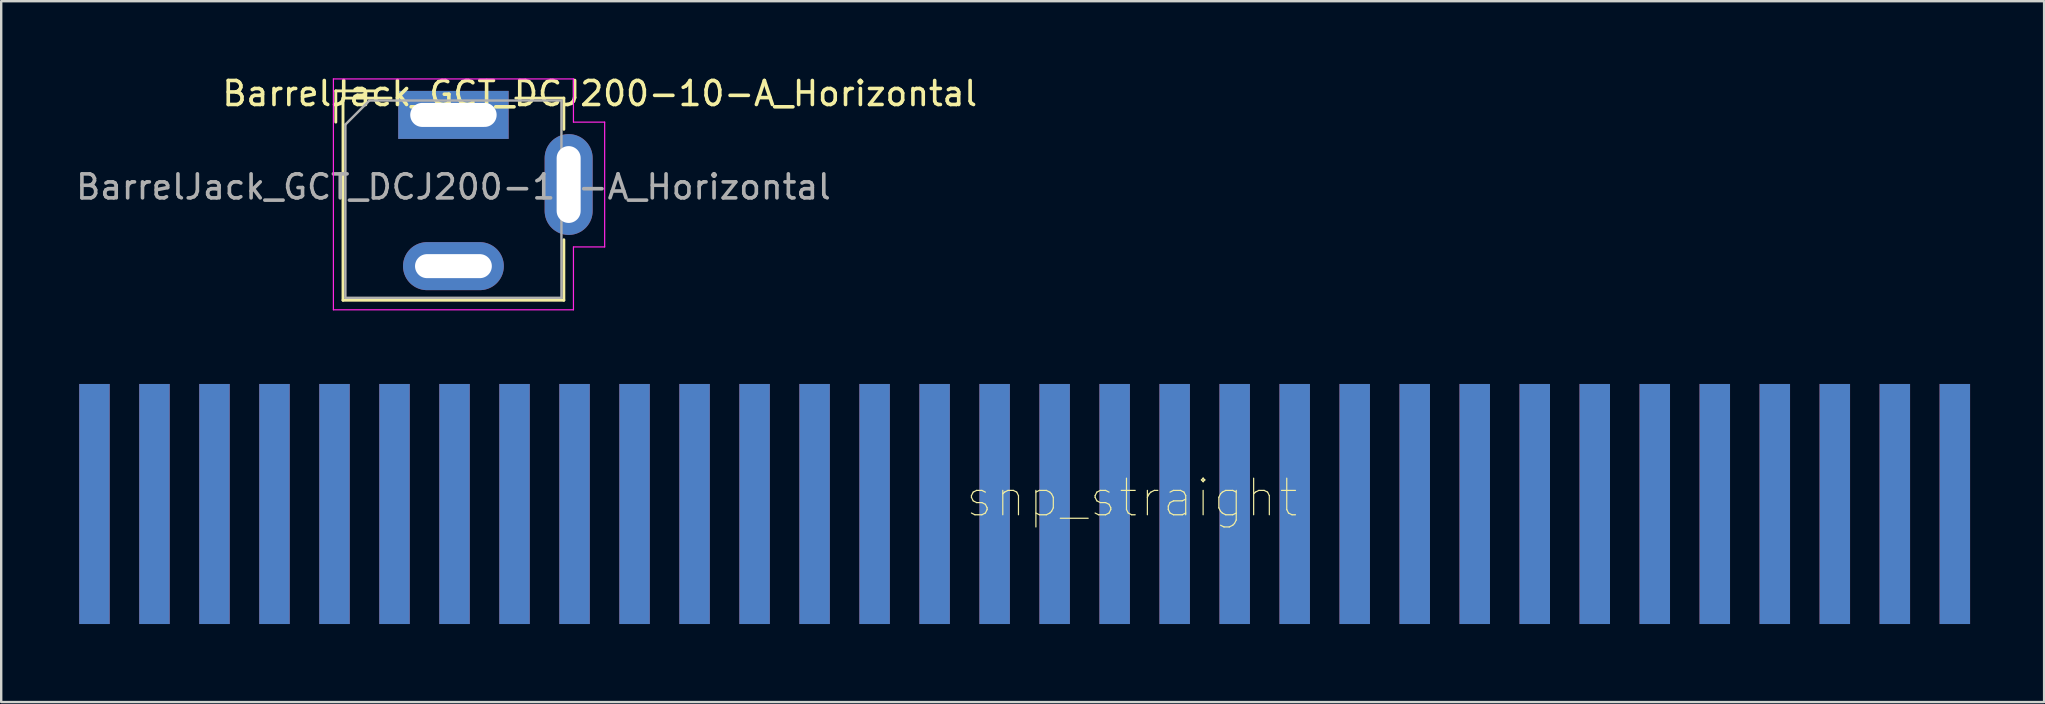
<source format=kicad_pcb>
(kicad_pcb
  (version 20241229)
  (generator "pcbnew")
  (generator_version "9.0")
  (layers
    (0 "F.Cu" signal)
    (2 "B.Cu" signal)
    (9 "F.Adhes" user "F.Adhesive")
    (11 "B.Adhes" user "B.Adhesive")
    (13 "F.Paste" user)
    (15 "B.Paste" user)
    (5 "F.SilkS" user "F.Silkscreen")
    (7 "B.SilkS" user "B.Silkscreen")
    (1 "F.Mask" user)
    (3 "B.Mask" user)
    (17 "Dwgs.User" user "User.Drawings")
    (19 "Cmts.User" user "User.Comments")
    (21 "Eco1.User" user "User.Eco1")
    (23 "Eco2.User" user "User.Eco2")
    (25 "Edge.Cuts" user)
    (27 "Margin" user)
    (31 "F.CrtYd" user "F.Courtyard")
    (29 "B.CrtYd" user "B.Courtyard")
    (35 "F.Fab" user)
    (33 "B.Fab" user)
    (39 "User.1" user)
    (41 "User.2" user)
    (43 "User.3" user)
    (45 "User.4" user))
  (footprint "BarrelJack_GCT_DCJ200-10-A_Horizontal"
    (layer "F.Cu")
    (at 15.839 1.737)
    (property "Reference" "BarrelJack_GCT_DCJ200-10-A_Horizontal" (at 6.096 -0.889 180) (layer "F.SilkS") (effects (font (size 1 1) (thickness 0.15))))
    (attr through_hole)
    (fp_line (start -4.9 -1) (end -4.9 0.3) (stroke (width 0.12) (type solid)) (layer "F.SilkS"))
    (fp_line (start -4.6 -0.7) (end -2.6 -0.7) (stroke (width 0.12) (type solid)) (layer "F.SilkS"))
    (fp_line (start -4.6 7.72) (end -4.6 -0.7) (stroke (width 0.12) (type solid)) (layer "F.SilkS"))
    (fp_line (start -3.2 -1) (end -4.9 -1) (stroke (width 0.12) (type solid)) (layer "F.SilkS"))
    (fp_line (start 2.6 -0.7) (end 4.6 -0.7) (stroke (width 0.12) (type solid)) (layer "F.SilkS"))
    (fp_line (start 4.6 -0.7) (end 4.6 0.6) (stroke (width 0.12) (type solid)) (layer "F.SilkS"))
    (fp_line (start 4.6 5.2) (end 4.6 7.72) (stroke (width 0.12) (type solid)) (layer "F.SilkS"))
    (fp_line (start 4.6 7.72) (end -4.6 7.72) (stroke (width 0.12) (type solid)) (layer "F.SilkS"))
    (fp_line (start -5 -1.5) (end -5 8.12) (stroke (width 0.05) (type solid)) (layer "F.CrtYd"))
    (fp_line (start -5 8.12) (end 5 8.12) (stroke (width 0.05) (type solid)) (layer "F.CrtYd"))
    (fp_line (start 5 -1.5) (end -5 -1.5) (stroke (width 0.05) (type solid)) (layer "F.CrtYd"))
    (fp_line (start 5 0.3) (end 5 -1.5) (stroke (width 0.05) (type solid)) (layer "F.CrtYd"))
    (fp_line (start 5 8.12) (end 5 5.5) (stroke (width 0.05) (type solid)) (layer "F.CrtYd"))
    (fp_line (start 6.3 0.3) (end 5 0.3) (stroke (width 0.05) (type solid)) (layer "F.CrtYd"))
    (fp_line (start 6.3 0.3) (end 6.3 5.5) (stroke (width 0.05) (type solid)) (layer "F.CrtYd"))
    (fp_line (start 6.3 5.5) (end 5 5.5) (stroke (width 0.05) (type solid)) (layer "F.CrtYd"))
    (fp_line (start -4.5 0.4) (end -3.5 -0.6) (stroke (width 0.1) (type solid)) (layer "F.Fab"))
    (fp_line (start -4.5 7.62) (end -4.5 0.4) (stroke (width 0.1) (type solid)) (layer "F.Fab"))
    (fp_line (start 4.5 -0.6) (end -3.5 -0.6) (stroke (width 0.1) (type solid)) (layer "F.Fab"))
    (fp_line (start 4.5 -0.6) (end 4.5 7.62) (stroke (width 0.1) (type solid)) (layer "F.Fab"))
    (fp_line (start 4.5 7.62) (end -4.5 7.62) (stroke (width 0.1) (type solid)) (layer "F.Fab"))
    (fp_text user "${REFERENCE}" (at 0 3 180) (layer "F.Fab") (effects (font (size 1 1) (thickness 0.15))))
    (pad "1" thru_hole rect (at 0 0) (size 4.6 2) (drill oval 3.6 1) (layers "*.Cu" "*.Mask"))
    (pad "2" thru_hole oval (at 0 6.3) (size 4.2 2) (drill oval 3.2 1) (layers "*.Cu" "*.Mask"))
    (pad "MP" thru_hole oval (at 4.8 2.9) (size 2 4.2) (drill oval 1 3.2) (layers "*.Cu" "*.Mask")))
  (footprint "snp_straight"
    (layer "F.Cu")
    (at 0.25 22.946)
    (property "Reference" "snp_straight" (at 43.845 -5.254 0) (layer "F.SilkS") (effects (font (size 1.524 1.524) (thickness 0.05))))
    (attr smd)
    (fp_rect (start -0.005 -10.004) (end 1.295 -0.004) (stroke (width 0.12) (type solid)) (fill yes) (layer "F.Mask"))
    (fp_rect (start 2.495 -10.004) (end 3.795 -0.004) (stroke (width 0.12) (type solid)) (fill yes) (layer "F.Mask"))
    (fp_rect (start 4.995 -10.004) (end 6.295 -0.004) (stroke (width 0.12) (type solid)) (fill yes) (layer "F.Mask"))
    (fp_rect (start 7.495 -10.004) (end 8.795 -0.004) (stroke (width 0.12) (type solid)) (fill yes) (layer "F.Mask"))
    (fp_rect (start 9.995 -10.004) (end 11.295 -0.004) (stroke (width 0.12) (type solid)) (fill yes) (layer "F.Mask"))
    (fp_rect (start 12.495 -10.004) (end 13.795 -0.004) (stroke (width 0.12) (type solid)) (fill yes) (layer "F.Mask"))
    (fp_rect (start 14.995 -10.004) (end 16.295 -0.004) (stroke (width 0.12) (type solid)) (fill yes) (layer "F.Mask"))
    (fp_rect (start 17.495 -10.004) (end 18.795 -0.004) (stroke (width 0.12) (type solid)) (fill yes) (layer "F.Mask"))
    (fp_rect (start 19.995 -10.004) (end 21.295 -0.004) (stroke (width 0.12) (type solid)) (fill yes) (layer "F.Mask"))
    (fp_rect (start 22.495 -10.004) (end 23.795 -0.004) (stroke (width 0.12) (type solid)) (fill yes) (layer "F.Mask"))
    (fp_rect (start 24.995 -10.004) (end 26.295 -0.004) (stroke (width 0.12) (type solid)) (fill yes) (layer "F.Mask"))
    (fp_rect (start 27.495 -10.004) (end 28.795 -0.004) (stroke (width 0.12) (type solid)) (fill yes) (layer "F.Mask"))
    (fp_rect (start 29.995 -10.004) (end 31.295 -0.004) (stroke (width 0.12) (type solid)) (fill yes) (layer "F.Mask"))
    (fp_rect (start 32.495 -10.004) (end 33.795 -0.004) (stroke (width 0.12) (type solid)) (fill yes) (layer "F.Mask"))
    (fp_rect (start 34.995 -10.004) (end 36.295 -0.004) (stroke (width 0.12) (type solid)) (fill yes) (layer "F.Mask"))
    (fp_rect (start 37.495 -10.004) (end 38.795 -0.004) (stroke (width 0.12) (type solid)) (fill yes) (layer "F.Mask"))
    (fp_rect (start 39.995 -10.004) (end 41.295 -0.004) (stroke (width 0.12) (type solid)) (fill yes) (layer "F.Mask"))
    (fp_rect (start 42.495 -10.004) (end 43.795 -0.004) (stroke (width 0.12) (type solid)) (fill yes) (layer "F.Mask"))
    (fp_rect (start 44.995 -10.004) (end 46.295 -0.004) (stroke (width 0.12) (type solid)) (fill yes) (layer "F.Mask"))
    (fp_rect (start 47.495 -10.004) (end 48.795 -0.004) (stroke (width 0.12) (type solid)) (fill yes) (layer "F.Mask"))
    (fp_rect (start 49.995 -10.004) (end 51.295 -0.004) (stroke (width 0.12) (type solid)) (fill yes) (layer "F.Mask"))
    (fp_rect (start 52.495 -10.004) (end 53.795 -0.004) (stroke (width 0.12) (type solid)) (fill yes) (layer "F.Mask"))
    (fp_rect (start 54.995 -10.004) (end 56.295 -0.004) (stroke (width 0.12) (type solid)) (fill yes) (layer "F.Mask"))
    (fp_rect (start 57.495 -10.004) (end 58.795 -0.004) (stroke (width 0.12) (type solid)) (fill yes) (layer "F.Mask"))
    (fp_rect (start 59.995 -10.004) (end 61.295 -0.004) (stroke (width 0.12) (type solid)) (fill yes) (layer "F.Mask"))
    (fp_rect (start 62.495 -10.004) (end 63.795 -0.004) (stroke (width 0.12) (type solid)) (fill yes) (layer "F.Mask"))
    (fp_rect (start 64.995 -10.004) (end 66.295 -0.004) (stroke (width 0.12) (type solid)) (fill yes) (layer "F.Mask"))
    (fp_rect (start 67.495 -10.004) (end 68.795 -0.004) (stroke (width 0.12) (type solid)) (fill yes) (layer "F.Mask"))
    (fp_rect (start 69.995 -10.004) (end 71.295 -0.004) (stroke (width 0.12) (type solid)) (fill yes) (layer "F.Mask"))
    (fp_rect (start 72.495 -10.004) (end 73.795 -0.004) (stroke (width 0.12) (type solid)) (fill yes) (layer "F.Mask"))
    (fp_rect (start 74.995 -10.004) (end 76.295 -0.004) (stroke (width 0.12) (type solid)) (fill yes) (layer "F.Mask"))
    (fp_rect (start 77.495 -10.004) (end 78.795 -0.004) (stroke (width 0.12) (type solid)) (fill yes) (layer "F.Mask"))
    (fp_rect (start -0.005 -10.004) (end 1.295 -0.004) (stroke (width 0.12) (type solid)) (fill yes) (layer "B.Mask"))
    (fp_rect (start 2.495 -10.004) (end 3.795 -0.004) (stroke (width 0.12) (type solid)) (fill yes) (layer "B.Mask"))
    (fp_rect (start 4.995 -10.004) (end 6.295 -0.004) (stroke (width 0.12) (type solid)) (fill yes) (layer "B.Mask"))
    (fp_rect (start 7.495 -10.004) (end 8.795 -0.004) (stroke (width 0.12) (type solid)) (fill yes) (layer "B.Mask"))
    (fp_rect (start 9.995 -10.004) (end 11.295 -0.004) (stroke (width 0.12) (type solid)) (fill yes) (layer "B.Mask"))
    (fp_rect (start 12.495 -10.004) (end 13.795 -0.004) (stroke (width 0.12) (type solid)) (fill yes) (layer "B.Mask"))
    (fp_rect (start 14.995 -10.004) (end 16.295 -0.004) (stroke (width 0.12) (type solid)) (fill yes) (layer "B.Mask"))
    (fp_rect (start 17.495 -10.004) (end 18.795 -0.004) (stroke (width 0.12) (type solid)) (fill yes) (layer "B.Mask"))
    (fp_rect (start 19.995 -10.004) (end 21.295 -0.004) (stroke (width 0.12) (type solid)) (fill yes) (layer "B.Mask"))
    (fp_rect (start 22.495 -10.004) (end 23.795 -0.004) (stroke (width 0.12) (type solid)) (fill yes) (layer "B.Mask"))
    (fp_rect (start 24.995 -10.004) (end 26.295 -0.004) (stroke (width 0.12) (type solid)) (fill yes) (layer "B.Mask"))
    (fp_rect (start 27.495 -10.004) (end 28.795 -0.004) (stroke (width 0.12) (type solid)) (fill yes) (layer "B.Mask"))
    (fp_rect (start 29.995 -10.004) (end 31.295 -0.004) (stroke (width 0.12) (type solid)) (fill yes) (layer "B.Mask"))
    (fp_rect (start 32.495 -10.004) (end 33.795 -0.004) (stroke (width 0.12) (type solid)) (fill yes) (layer "B.Mask"))
    (fp_rect (start 34.995 -10.004) (end 36.295 -0.004) (stroke (width 0.12) (type solid)) (fill yes) (layer "B.Mask"))
    (fp_rect (start 37.495 -10.004) (end 38.795 -0.004) (stroke (width 0.12) (type solid)) (fill yes) (layer "B.Mask"))
    (fp_rect (start 39.995 -10.004) (end 41.295 -0.004) (stroke (width 0.12) (type solid)) (fill yes) (layer "B.Mask"))
    (fp_rect (start 42.495 -10.004) (end 43.795 -0.004) (stroke (width 0.12) (type solid)) (fill yes) (layer "B.Mask"))
    (fp_rect (start 44.995 -10.004) (end 46.295 -0.004) (stroke (width 0.12) (type solid)) (fill yes) (layer "B.Mask"))
    (fp_rect (start 47.495 -10.004) (end 48.795 -0.004) (stroke (width 0.12) (type solid)) (fill yes) (layer "B.Mask"))
    (fp_rect (start 49.995 -10.004) (end 51.295 -0.004) (stroke (width 0.12) (type solid)) (fill yes) (layer "B.Mask"))
    (fp_rect (start 52.495 -10.004) (end 53.795 -0.004) (stroke (width 0.12) (type solid)) (fill yes) (layer "B.Mask"))
    (fp_rect (start 54.995 -10.004) (end 56.295 -0.004) (stroke (width 0.12) (type solid)) (fill yes) (layer "B.Mask"))
    (fp_rect (start 57.495 -10.004) (end 58.795 -0.004) (stroke (width 0.12) (type solid)) (fill yes) (layer "B.Mask"))
    (fp_rect (start 59.995 -10.004) (end 61.295 -0.004) (stroke (width 0.12) (type solid)) (fill yes) (layer "B.Mask"))
    (fp_rect (start 62.495 -10.004) (end 63.795 -0.004) (stroke (width 0.12) (type solid)) (fill yes) (layer "B.Mask"))
    (fp_rect (start 64.995 -10.004) (end 66.295 -0.004) (stroke (width 0.12) (type solid)) (fill yes) (layer "B.Mask"))
    (fp_rect (start 67.495 -10.004) (end 68.795 -0.004) (stroke (width 0.12) (type solid)) (fill yes) (layer "B.Mask"))
    (fp_rect (start 69.995 -10.004) (end 71.295 -0.004) (stroke (width 0.12) (type solid)) (fill yes) (layer "B.Mask"))
    (fp_rect (start 72.495 -10.004) (end 73.795 -0.004) (stroke (width 0.12) (type solid)) (fill yes) (layer "B.Mask"))
    (fp_rect (start 74.995 -10.004) (end 76.295 -0.004) (stroke (width 0.12) (type solid)) (fill yes) (layer "B.Mask"))
    (fp_rect (start 77.495 -10.004) (end 78.795 -0.004) (stroke (width 0.12) (type solid)) (fill yes) (layer "B.Mask"))
    (pad "1" smd rect (at 78.135 -5 180) (size 1.27 10) (layers "F.Cu"))
    (pad "2" smd rect (at 75.635 -5 180) (size 1.27 10) (layers "F.Cu"))
    (pad "3" smd rect (at 73.135 -5 180) (size 1.27 10) (layers "F.Cu"))
    (pad "4" smd rect (at 70.635 -5 180) (size 1.27 10) (layers "F.Cu"))
    (pad "5" smd rect (at 68.135 -5 180) (size 1.27 10) (layers "F.Cu"))
    (pad "6" smd rect (at 65.635 -5 180) (size 1.27 10) (layers "F.Cu"))
    (pad "7" smd rect (at 63.135 -5 180) (size 1.27 10) (layers "F.Cu"))
    (pad "8" smd rect (at 60.635 -5 180) (size 1.27 10) (layers "F.Cu"))
    (pad "9" smd rect (at 58.135 -5 180) (size 1.27 10) (layers "F.Cu"))
    (pad "10" smd rect (at 55.635 -5 180) (size 1.27 10) (layers "F.Cu"))
    (pad "11" smd rect (at 53.135 -5 180) (size 1.27 10) (layers "F.Cu"))
    (pad "12" smd rect (at 50.635 -5 180) (size 1.27 10) (layers "F.Cu"))
    (pad "13" smd rect (at 48.135 -5 180) (size 1.27 10) (layers "F.Cu"))
    (pad "14" smd rect (at 45.635 -5 180) (size 1.27 10) (layers "F.Cu"))
    (pad "15" smd rect (at 43.135 -5 180) (size 1.27 10) (layers "F.Cu"))
    (pad "16" smd rect (at 40.635 -5 180) (size 1.27 10) (layers "F.Cu"))
    (pad "17" smd rect (at 38.135 -5 180) (size 1.27 10) (layers "F.Cu"))
    (pad "18" smd rect (at 35.635 -5 180) (size 1.27 10) (layers "F.Cu"))
    (pad "19" smd rect (at 33.135 -5 180) (size 1.27 10) (layers "F.Cu"))
    (pad "20" smd rect (at 30.635 -5 180) (size 1.27 10) (layers "F.Cu"))
    (pad "21" smd rect (at 28.135 -5 180) (size 1.27 10) (layers "F.Cu"))
    (pad "22" smd rect (at 25.635 -5 180) (size 1.27 10) (layers "F.Cu"))
    (pad "23" smd rect (at 23.135 -5 180) (size 1.27 10) (layers "F.Cu"))
    (pad "24" smd rect (at 20.635 -5 180) (size 1.27 10) (layers "F.Cu"))
    (pad "25" smd rect (at 18.135 -5 180) (size 1.27 10) (layers "F.Cu"))
    (pad "26" smd rect (at 15.635 -5 180) (size 1.27 10) (layers "F.Cu"))
    (pad "27" smd rect (at 13.135 -5 180) (size 1.27 10) (layers "F.Cu"))
    (pad "28" smd rect (at 10.635 -5 180) (size 1.27 10) (layers "F.Cu"))
    (pad "29" smd rect (at 8.135 -5 180) (size 1.27 10) (layers "F.Cu"))
    (pad "30" smd rect (at 5.635 -5 180) (size 1.27 10) (layers "F.Cu"))
    (pad "31" smd rect (at 3.135 -5 180) (size 1.27 10) (layers "F.Cu"))
    (pad "32" smd rect (at 0.635 -5 180) (size 1.27 10) (layers "F.Cu"))
    (pad "33" smd rect (at 78.135 -5 180) (size 1.27 10) (layers "B.Cu"))
    (pad "34" smd rect (at 75.635 -5 180) (size 1.27 10) (layers "B.Cu"))
    (pad "35" smd rect (at 73.135 -5 180) (size 1.27 10) (layers "B.Cu"))
    (pad "36" smd rect (at 70.635 -5 180) (size 1.27 10) (layers "B.Cu"))
    (pad "37" smd rect (at 68.135 -5 180) (size 1.27 10) (layers "B.Cu"))
    (pad "38" smd rect (at 65.635 -5 180) (size 1.27 10) (layers "B.Cu"))
    (pad "39" smd rect (at 63.135 -5 180) (size 1.27 10) (layers "B.Cu"))
    (pad "40" smd rect (at 60.635 -5 180) (size 1.27 10) (layers "B.Cu"))
    (pad "41" smd rect (at 58.135 -5 180) (size 1.27 10) (layers "B.Cu"))
    (pad "42" smd rect (at 55.635 -5 180) (size 1.27 10) (layers "B.Cu"))
    (pad "43" smd rect (at 53.135 -5 180) (size 1.27 10) (layers "B.Cu"))
    (pad "44" smd rect (at 50.635 -5 180) (size 1.27 10) (layers "B.Cu"))
    (pad "45" smd rect (at 48.135 -5 180) (size 1.27 10) (layers "B.Cu"))
    (pad "46" smd rect (at 45.635 -5 180) (size 1.27 10) (layers "B.Cu"))
    (pad "47" smd rect (at 43.135 -5 180) (size 1.27 10) (layers "B.Cu"))
    (pad "48" smd rect (at 40.635 -5 180) (size 1.27 10) (layers "B.Cu"))
    (pad "49" smd rect (at 38.135 -5 180) (size 1.27 10) (layers "B.Cu"))
    (pad "50" smd rect (at 35.635 -5 180) (size 1.27 10) (layers "B.Cu"))
    (pad "51" smd rect (at 33.135 -5 180) (size 1.27 10) (layers "B.Cu"))
    (pad "52" smd rect (at 30.635 -5 180) (size 1.27 10) (layers "B.Cu"))
    (pad "53" smd rect (at 28.135 -5 180) (size 1.27 10) (layers "B.Cu"))
    (pad "54" smd rect (at 25.635 -5 180) (size 1.27 10) (layers "B.Cu"))
    (pad "55" smd rect (at 23.135 -5 180) (size 1.27 10) (layers "B.Cu"))
    (pad "56" smd rect (at 20.635 -5 180) (size 1.27 10) (layers "B.Cu"))
    (pad "57" smd rect (at 18.135 -5 180) (size 1.27 10) (layers "B.Cu"))
    (pad "58" smd rect (at 15.635 -5 180) (size 1.27 10) (layers "B.Cu"))
    (pad "59" smd rect (at 13.135 -5 180) (size 1.27 10) (layers "B.Cu"))
    (pad "60" smd rect (at 10.635 -5 180) (size 1.27 10) (layers "B.Cu"))
    (pad "61" smd rect (at 8.135 -5 180) (size 1.27 10) (layers "B.Cu"))
    (pad "62" smd rect (at 5.635 -5 180) (size 1.27 10) (layers "B.Cu"))
    (pad "63" smd rect (at 3.135 -5 180) (size 1.27 10) (layers "B.Cu"))
    (pad "64" smd rect (at 0.635 -5 180) (size 1.27 10) (layers "B.Cu")))
  (gr_rect
    (start -3 -3)
    (end 82.105 26.196)
    (stroke (width 0.1) (type default))
    (fill no)
    (layer "Edge.Cuts")))
</source>
